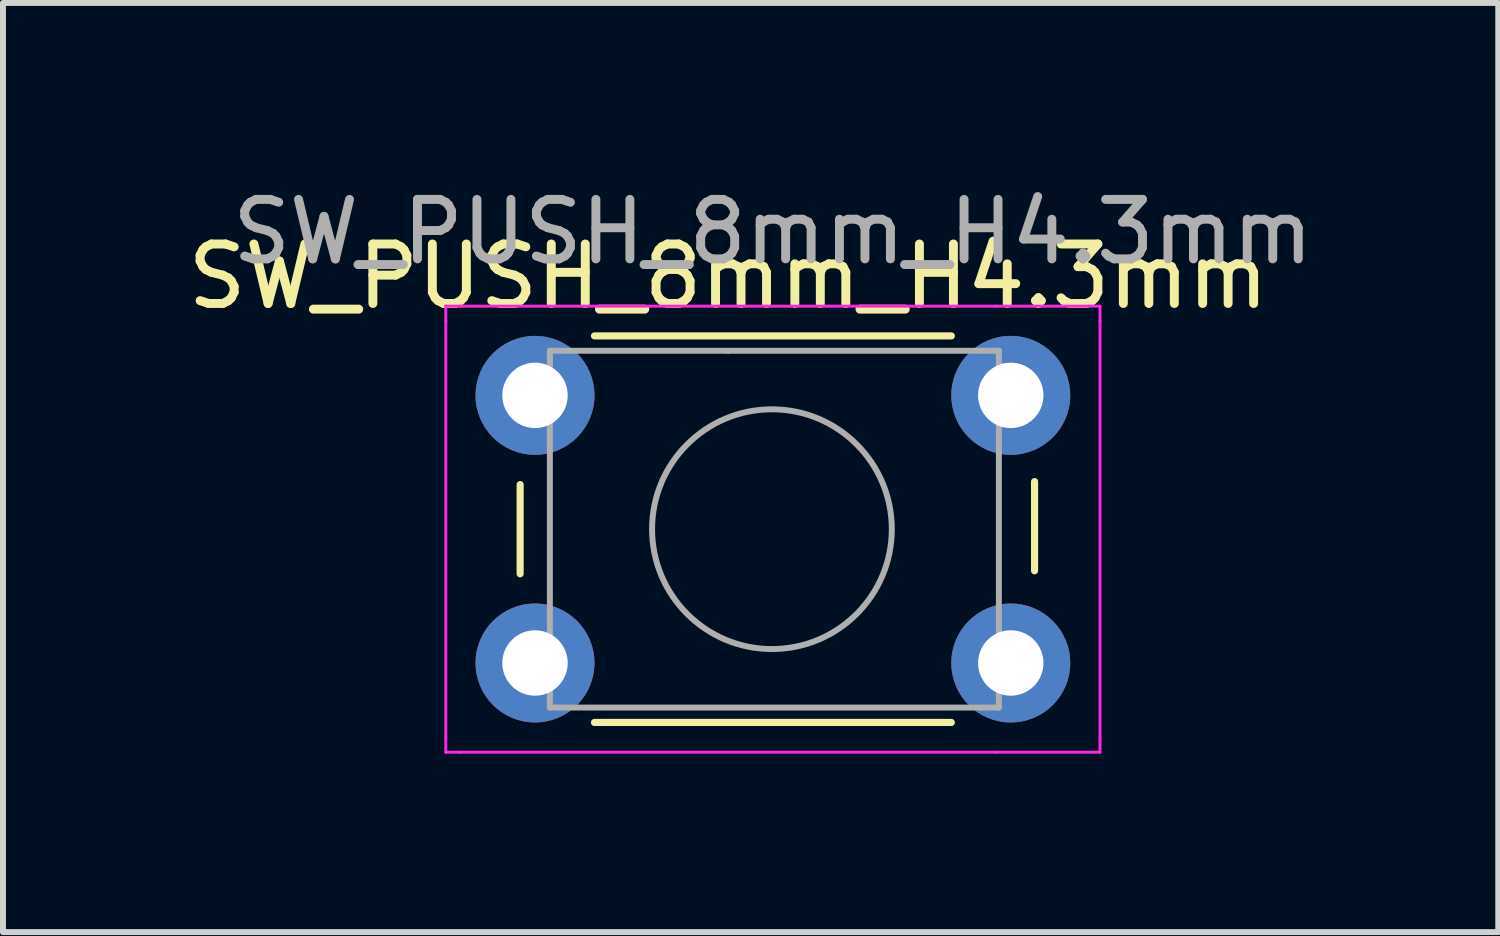
<source format=kicad_pcb>
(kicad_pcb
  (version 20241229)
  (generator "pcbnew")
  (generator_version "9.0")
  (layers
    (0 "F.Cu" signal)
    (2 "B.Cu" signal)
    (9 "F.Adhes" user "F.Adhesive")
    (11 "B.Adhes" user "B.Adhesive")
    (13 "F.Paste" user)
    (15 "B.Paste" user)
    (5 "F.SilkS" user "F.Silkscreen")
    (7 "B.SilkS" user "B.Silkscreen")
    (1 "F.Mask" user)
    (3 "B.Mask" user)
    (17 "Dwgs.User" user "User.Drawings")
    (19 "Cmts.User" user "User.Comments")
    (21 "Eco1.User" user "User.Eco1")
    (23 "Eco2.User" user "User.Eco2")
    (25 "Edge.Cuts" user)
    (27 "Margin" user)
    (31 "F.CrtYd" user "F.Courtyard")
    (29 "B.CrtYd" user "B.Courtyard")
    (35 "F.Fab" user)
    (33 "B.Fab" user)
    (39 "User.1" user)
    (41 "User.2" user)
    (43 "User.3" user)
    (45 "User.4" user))
  (footprint "SW_PUSH_8mm_H4.3mm"
    (layer "F.Cu")
    (at 5.946 3.598)
    (property "Reference" "SW_PUSH_8mm_H4.3mm" (at 3.25 -2 0) (layer "F.SilkS") (effects (font (size 1 1) (thickness 0.15))))
    (attr through_hole)
    (fp_line (start -0.25 1.5) (end -0.25 3) (stroke (width 0.12) (type solid)) (layer "F.SilkS"))
    (fp_line (start 1 5.5) (end 7 5.5) (stroke (width 0.12) (type solid)) (layer "F.SilkS"))
    (fp_line (start 7 -1) (end 1 -1) (stroke (width 0.12) (type solid)) (layer "F.SilkS"))
    (fp_line (start 8.4 2.95) (end 8.4 1.45) (stroke (width 0.12) (type solid)) (layer "F.SilkS"))
    (fp_line (start -1.5 -1.5) (end -1.25 -1.5) (stroke (width 0.05) (type solid)) (layer "F.CrtYd"))
    (fp_line (start -1.5 -1.25) (end -1.5 -1.5) (stroke (width 0.05) (type solid)) (layer "F.CrtYd"))
    (fp_line (start -1.5 5.75) (end -1.5 -1.25) (stroke (width 0.05) (type solid)) (layer "F.CrtYd"))
    (fp_line (start -1.5 5.75) (end -1.5 6) (stroke (width 0.05) (type solid)) (layer "F.CrtYd"))
    (fp_line (start -1.5 6) (end -1.25 6) (stroke (width 0.05) (type solid)) (layer "F.CrtYd"))
    (fp_line (start -1.25 -1.5) (end 7.75 -1.5) (stroke (width 0.05) (type solid)) (layer "F.CrtYd"))
    (fp_line (start 7.75 -1.5) (end 9.5 -1.5) (stroke (width 0.05) (type solid)) (layer "F.CrtYd"))
    (fp_line (start 7.75 6) (end -1.25 6) (stroke (width 0.05) (type solid)) (layer "F.CrtYd"))
    (fp_line (start 7.75 6) (end 9.5 6) (stroke (width 0.05) (type solid)) (layer "F.CrtYd"))
    (fp_line (start 9.5 -1.5) (end 9.5 -1.25) (stroke (width 0.05) (type solid)) (layer "F.CrtYd"))
    (fp_line (start 9.5 -1.25) (end 9.5 5.75) (stroke (width 0.05) (type solid)) (layer "F.CrtYd"))
    (fp_line (start 9.5 6) (end 9.5 5.75) (stroke (width 0.05) (type solid)) (layer "F.CrtYd"))
    (fp_line (start 0.25 -0.75) (end 3.25 -0.75) (stroke (width 0.1) (type solid)) (layer "F.Fab"))
    (fp_line (start 0.25 5.25) (end 0.25 -0.75) (stroke (width 0.1) (type solid)) (layer "F.Fab"))
    (fp_line (start 3.25 -0.75) (end 7.8 -0.75) (stroke (width 0.1) (type solid)) (layer "F.Fab"))
    (fp_line (start 7.8 -0.75) (end 7.8 5.25) (stroke (width 0.1) (type solid)) (layer "F.Fab"))
    (fp_line (start 7.8 5.25) (end 0.25 5.25) (stroke (width 0.1) (type solid)) (layer "F.Fab"))
    (fp_circle (center 3.984 2.25) (end 1.984 2.5) (stroke (width 0.1) (type solid)) (fill no) (layer "F.Fab"))
    (fp_text user "${REFERENCE}" (at 4 -2.75 0) (layer "F.Fab") (effects (font (size 1 1) (thickness 0.15))))
    (pad "1" thru_hole circle (at 0 0 90) (size 2 2) (drill 1.1) (layers "*.Cu" "*.Mask"))
    (pad "1" thru_hole circle (at 8 0 90) (size 2 2) (drill 1.1) (layers "*.Cu" "*.Mask"))
    (pad "2" thru_hole circle (at 0 4.5 90) (size 2 2) (drill 1.1) (layers "*.Cu" "*.Mask"))
    (pad "2" thru_hole circle (at 8 4.5 90) (size 2 2) (drill 1.1) (layers "*.Cu" "*.Mask")))
  (gr_rect
    (start -3 -3)
    (end 22.143 12.623)
    (stroke (width 0.1) (type default))
    (fill no)
    (layer "Edge.Cuts")))
</source>
